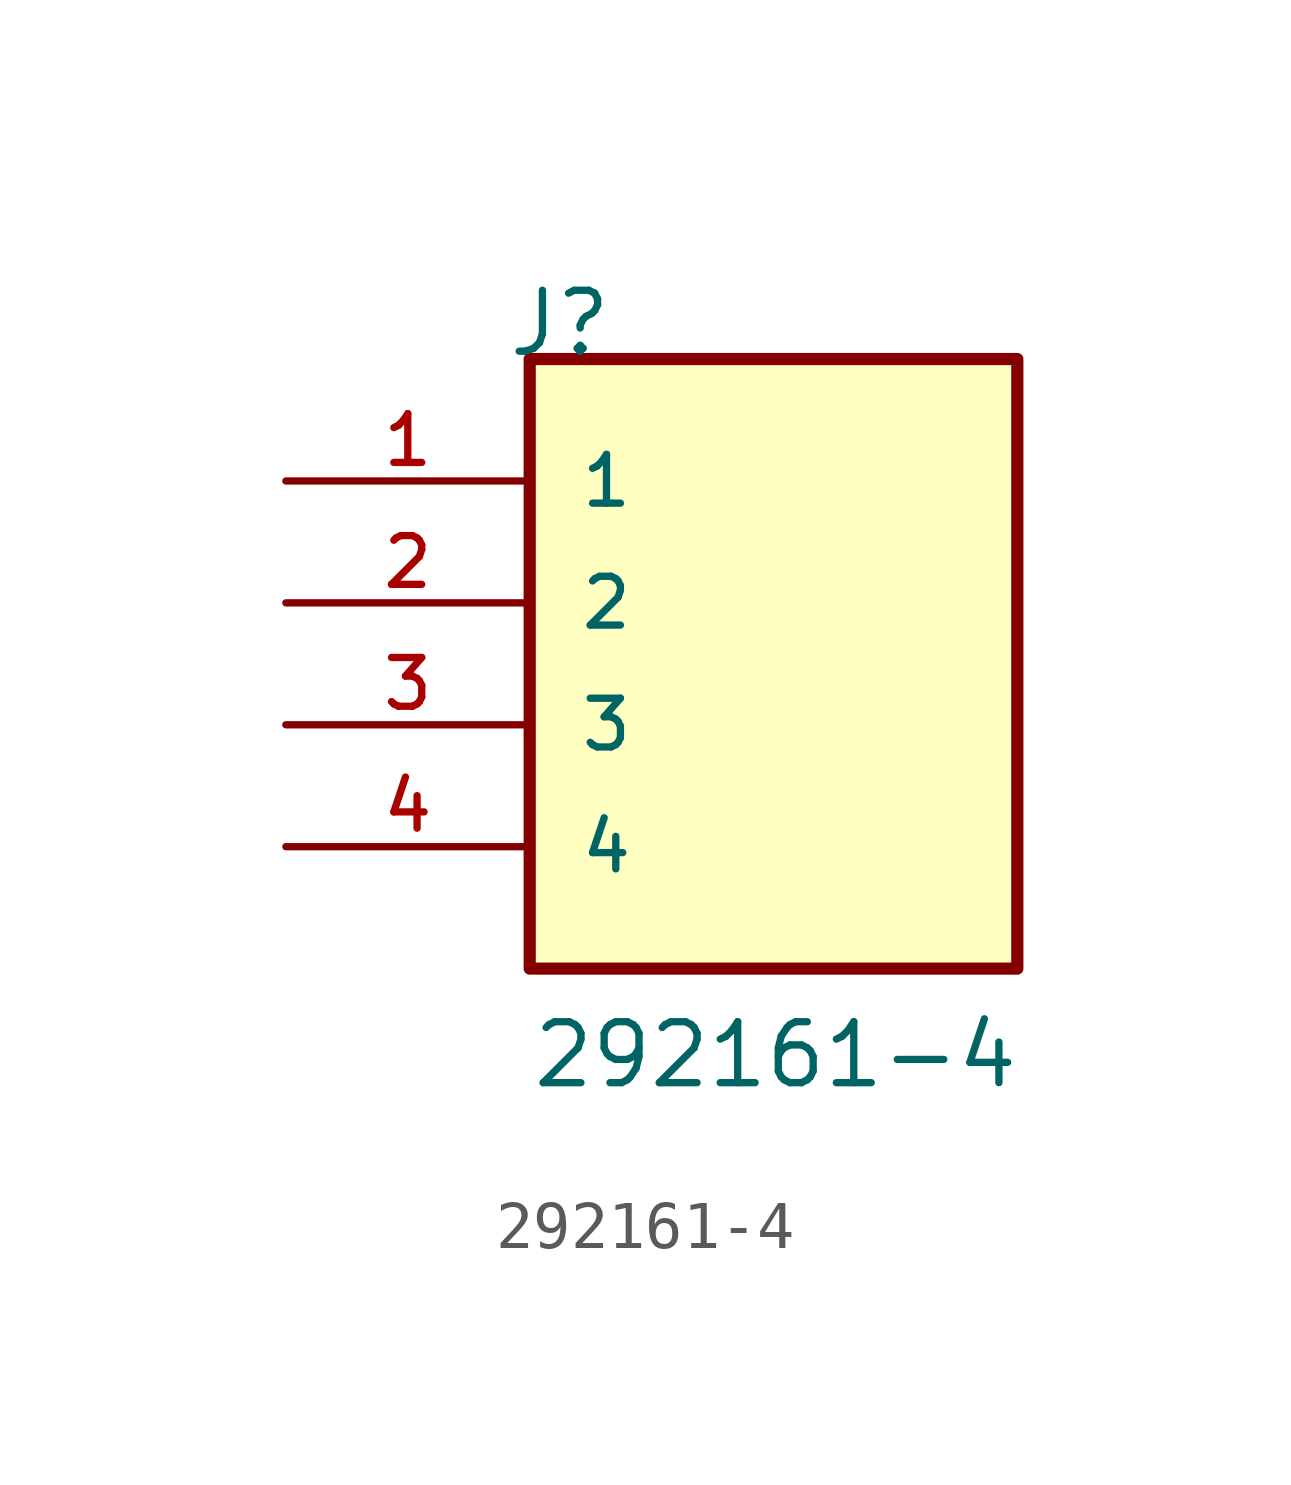
<source format=kicad_sym>
(kicad_symbol_lib
  (version 20211014)
  (generator kicad_symbol_editor)
  (symbol "292161-4"
    (pin_names
      (offset 1.016))
    (property "Reference" "J"
      (at -5.58 7.62 0)
      (effects (font (size 1.27 1.27)) (justify bottom left)))
    (property "Value" "292161-4"
      (at -5.08 -7.62 0)
      (effects (font (size 1.27 1.27)) (justify bottom left)))
    (symbol "292161-4_0_0"
      (rectangle (start -5.08 -5.08) (end 5.08 7.62) (stroke (width 0.254)) (fill (type background)))
      (pin passive line (at -10.16 5.08 0) (length 5.08) (name "1" (effects (font (size 1.016 1.016)))) (number "1" (effects (font (size 1.016 1.016)))))
      (pin passive line (at -10.16 2.54 0) (length 5.08) (name "2" (effects (font (size 1.016 1.016)))) (number "2" (effects (font (size 1.016 1.016)))))
      (pin passive line (at -10.16 0.0 0) (length 5.08) (name "3" (effects (font (size 1.016 1.016)))) (number "3" (effects (font (size 1.016 1.016)))))
      (pin passive line (at -10.16 -2.54 0) (length 5.08) (name "4" (effects (font (size 1.016 1.016)))) (number "4" (effects (font (size 1.016 1.016))))))))
</source>
